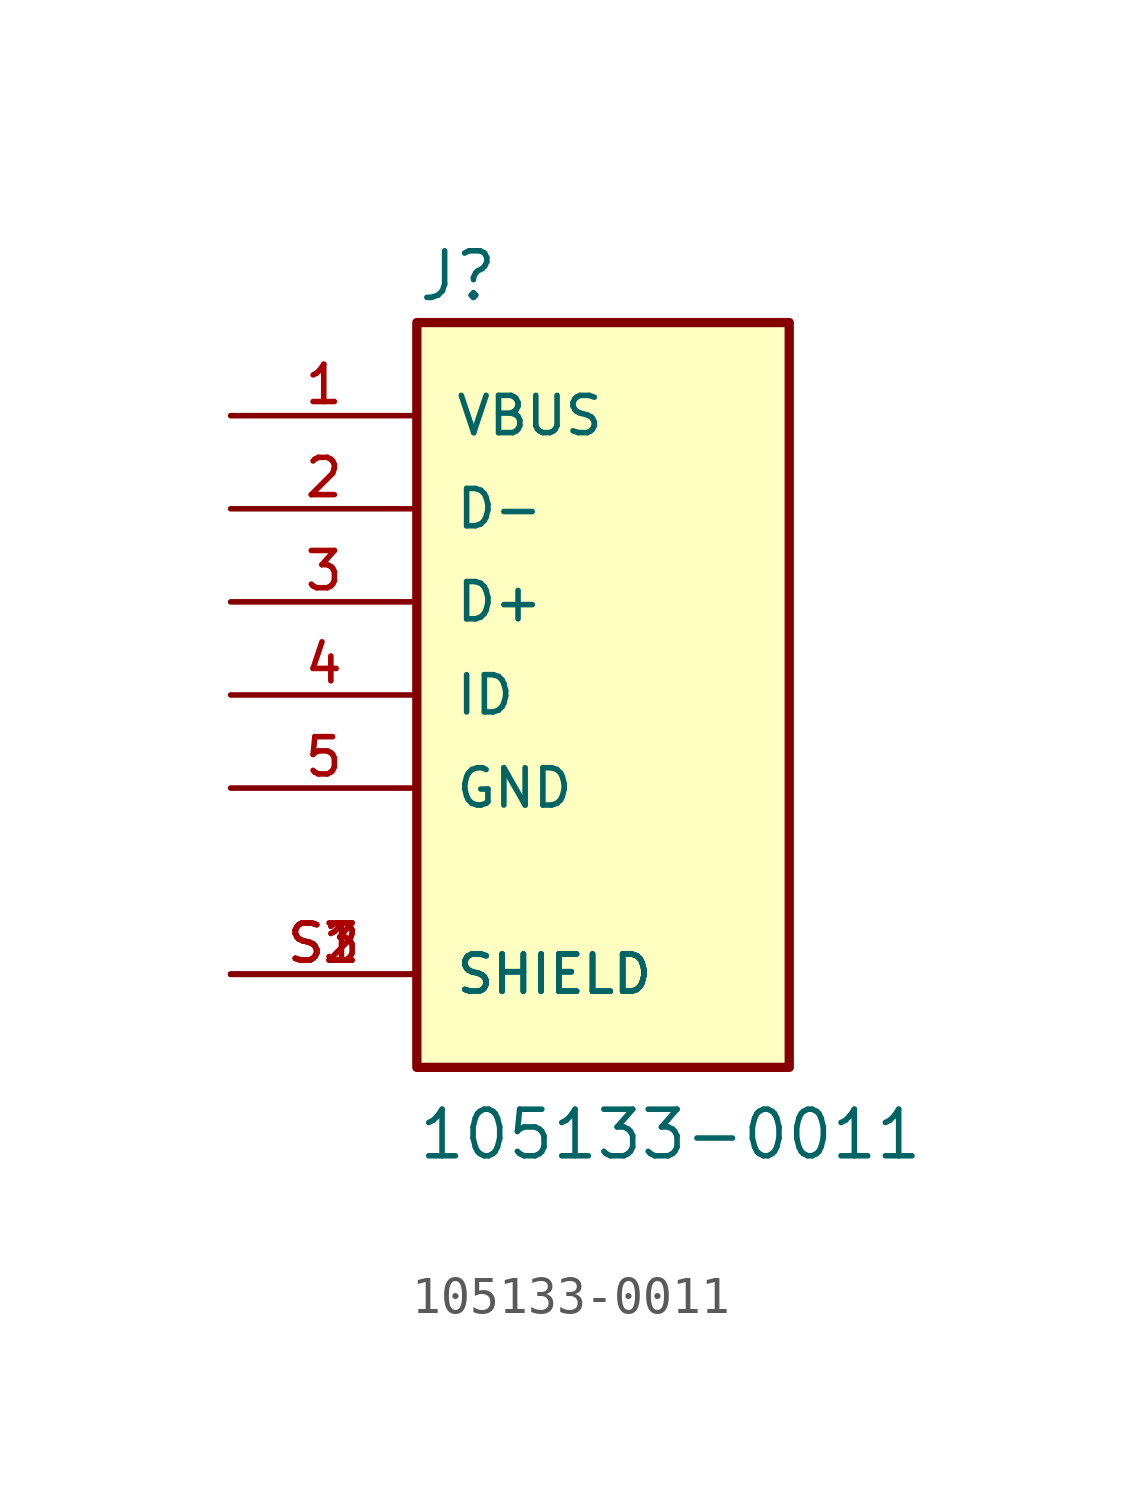
<source format=kicad_sym>
(kicad_symbol_lib
  (version 20211014)
  (generator kicad_symbol_editor)
  (symbol "105133-0011"
    (pin_names
      (offset 1.016))
    (property "Reference" "J"
      (at -5.087 10.684 0)
      (effects (font (size 1.27 1.27)) (justify bottom left)))
    (property "Value" "105133-0011"
      (at -5.097 -12.735 0)
      (effects (font (size 1.27 1.27)) (justify bottom left)))
    (symbol "105133-0011_0_0"
      (rectangle (start -5.08 -10.16) (end 5.08 10.16) (stroke (width 0.254)) (fill (type background)))
      (pin passive line (at -10.16 7.62 0) (length 5.08) (name "VBUS" (effects (font (size 1.016 1.016)))) (number "1" (effects (font (size 1.016 1.016)))))
      (pin passive line (at -10.16 5.08 0) (length 5.08) (name "D-" (effects (font (size 1.016 1.016)))) (number "2" (effects (font (size 1.016 1.016)))))
      (pin passive line (at -10.16 2.54 0) (length 5.08) (name "D+" (effects (font (size 1.016 1.016)))) (number "3" (effects (font (size 1.016 1.016)))))
      (pin passive line (at -10.16 0.0 0) (length 5.08) (name "ID" (effects (font (size 1.016 1.016)))) (number "4" (effects (font (size 1.016 1.016)))))
      (pin passive line (at -10.16 -2.54 0) (length 5.08) (name "GND" (effects (font (size 1.016 1.016)))) (number "5" (effects (font (size 1.016 1.016)))))
      (pin passive line (at -10.16 -7.62 0) (length 5.08) (name "SHIELD" (effects (font (size 1.016 1.016)))) (number "S1" (effects (font (size 1.016 1.016)))))
      (pin passive line (at -10.16 -7.62 0) (length 5.08) (name "SHIELD" (effects (font (size 1.016 1.016)))) (number "S2" (effects (font (size 1.016 1.016)))))
      (pin passive line (at -10.16 -7.62 0) (length 5.08) (name "SHIELD" (effects (font (size 1.016 1.016)))) (number "S3" (effects (font (size 1.016 1.016))))))))
</source>
